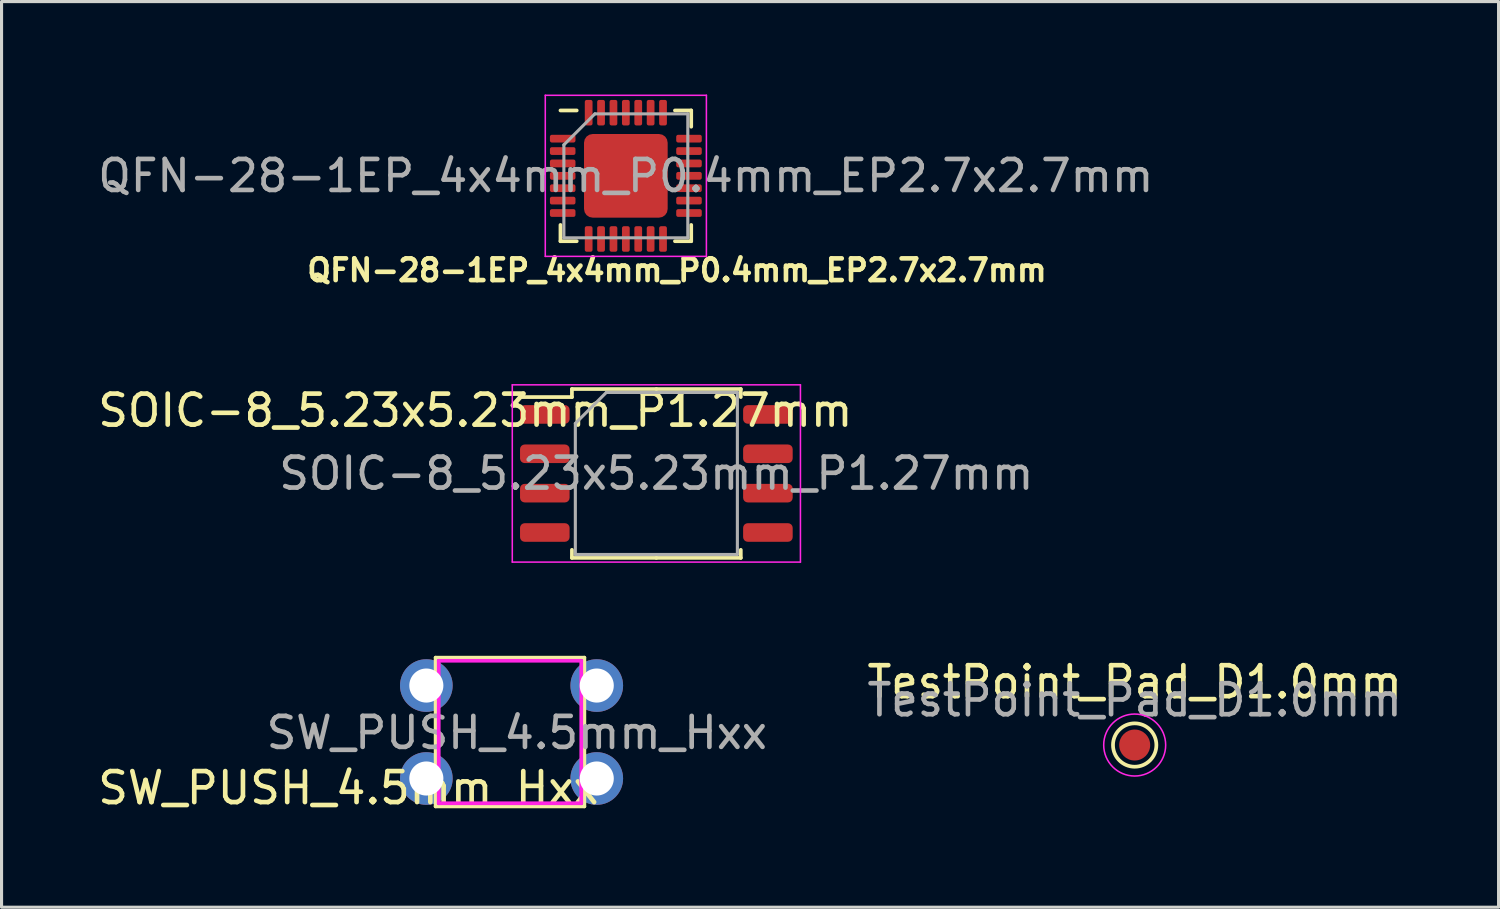
<source format=kicad_pcb>
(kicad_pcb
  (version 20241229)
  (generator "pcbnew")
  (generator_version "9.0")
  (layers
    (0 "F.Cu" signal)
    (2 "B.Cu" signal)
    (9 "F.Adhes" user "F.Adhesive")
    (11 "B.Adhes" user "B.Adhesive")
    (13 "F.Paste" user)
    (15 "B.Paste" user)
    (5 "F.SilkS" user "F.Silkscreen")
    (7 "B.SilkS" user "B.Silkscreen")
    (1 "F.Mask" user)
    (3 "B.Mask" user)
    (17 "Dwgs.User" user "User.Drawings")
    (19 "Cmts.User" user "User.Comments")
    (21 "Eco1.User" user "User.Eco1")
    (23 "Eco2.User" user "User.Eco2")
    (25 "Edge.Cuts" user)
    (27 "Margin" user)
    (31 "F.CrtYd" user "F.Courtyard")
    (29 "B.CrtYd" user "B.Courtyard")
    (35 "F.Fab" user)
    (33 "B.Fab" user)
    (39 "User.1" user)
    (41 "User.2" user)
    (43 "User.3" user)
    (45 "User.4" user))
  (footprint "QFN-28-1EP_4x4mm_P0.4mm_EP2.7x2.7mm"
    (layer "F.Cu")
    (at 17.149 2.625)
    (property "Reference" "QFN-28-1EP_4x4mm_P0.4mm_EP2.7x2.7mm" (at 1.651 3.048 0) (layer "F.SilkS") (effects (font (size 0.7 0.7) (thickness 0.15))))
    (attr smd)
    (fp_line (start -2.11 2.11) (end -2.11 1.585) (stroke (width 0.12) (type solid)) (layer "F.SilkS"))
    (fp_line (start -1.585 -2.11) (end -2.11 -2.11) (stroke (width 0.12) (type solid)) (layer "F.SilkS"))
    (fp_line (start -1.585 2.11) (end -2.11 2.11) (stroke (width 0.12) (type solid)) (layer "F.SilkS"))
    (fp_line (start 1.585 -2.11) (end 2.11 -2.11) (stroke (width 0.12) (type solid)) (layer "F.SilkS"))
    (fp_line (start 1.585 2.11) (end 2.11 2.11) (stroke (width 0.12) (type solid)) (layer "F.SilkS"))
    (fp_line (start 2.11 -2.11) (end 2.11 -1.585) (stroke (width 0.12) (type solid)) (layer "F.SilkS"))
    (fp_line (start 2.11 2.11) (end 2.11 1.585) (stroke (width 0.12) (type solid)) (layer "F.SilkS"))
    (fp_line (start -2.6 -2.6) (end -2.6 2.6) (stroke (width 0.05) (type solid)) (layer "F.CrtYd"))
    (fp_line (start -2.6 2.6) (end 2.6 2.6) (stroke (width 0.05) (type solid)) (layer "F.CrtYd"))
    (fp_line (start 2.6 -2.6) (end -2.6 -2.6) (stroke (width 0.05) (type solid)) (layer "F.CrtYd"))
    (fp_line (start 2.6 2.6) (end 2.6 -2.6) (stroke (width 0.05) (type solid)) (layer "F.CrtYd"))
    (fp_line (start -2 -1) (end -1 -2) (stroke (width 0.1) (type solid)) (layer "F.Fab"))
    (fp_line (start -2 2) (end -2 -1) (stroke (width 0.1) (type solid)) (layer "F.Fab"))
    (fp_line (start -1 -2) (end 2 -2) (stroke (width 0.1) (type solid)) (layer "F.Fab"))
    (fp_line (start 2 -2) (end 2 2) (stroke (width 0.1) (type solid)) (layer "F.Fab"))
    (fp_line (start 2 2) (end -2 2) (stroke (width 0.1) (type solid)) (layer "F.Fab"))
    (fp_text user "${REFERENCE}" (at 0 0 0) (layer "F.Fab") (effects (font (size 1 1) (thickness 0.15))))
    (pad "" smd roundrect (at -0.6 -0.6) (size 0.97 0.97) (layers "F.Paste") (roundrect_rratio 0.25))
    (pad "" smd roundrect (at -0.6 0.6) (size 0.97 0.97) (layers "F.Paste") (roundrect_rratio 0.25))
    (pad "" smd roundrect (at 0.6 -0.6) (size 0.97 0.97) (layers "F.Paste") (roundrect_rratio 0.25))
    (pad "" smd roundrect (at 0.6 0.6) (size 0.97 0.97) (layers "F.Paste") (roundrect_rratio 0.25))
    (pad "1" smd roundrect (at -2.038 -1.2) (size 0.825 0.25) (layers "F.Cu" "F.Mask" "F.Paste") (roundrect_rratio 0.25))
    (pad "2" smd roundrect (at -2.038 -0.8) (size 0.825 0.25) (layers "F.Cu" "F.Mask" "F.Paste") (roundrect_rratio 0.25))
    (pad "3" smd roundrect (at -2.038 -0.4) (size 0.825 0.25) (layers "F.Cu" "F.Mask" "F.Paste") (roundrect_rratio 0.25))
    (pad "4" smd roundrect (at -2.038 0) (size 0.825 0.25) (layers "F.Cu" "F.Mask" "F.Paste") (roundrect_rratio 0.25))
    (pad "5" smd roundrect (at -2.038 0.4) (size 0.825 0.25) (layers "F.Cu" "F.Mask" "F.Paste") (roundrect_rratio 0.25))
    (pad "6" smd roundrect (at -2.038 0.8) (size 0.825 0.25) (layers "F.Cu" "F.Mask" "F.Paste") (roundrect_rratio 0.25))
    (pad "7" smd roundrect (at -2.038 1.2) (size 0.825 0.25) (layers "F.Cu" "F.Mask" "F.Paste") (roundrect_rratio 0.25))
    (pad "8" smd roundrect (at -1.2 2.038) (size 0.25 0.825) (layers "F.Cu" "F.Mask" "F.Paste") (roundrect_rratio 0.25))
    (pad "9" smd roundrect (at -0.8 2.038) (size 0.25 0.825) (layers "F.Cu" "F.Mask" "F.Paste") (roundrect_rratio 0.25))
    (pad "10" smd roundrect (at -0.4 2.038) (size 0.25 0.825) (layers "F.Cu" "F.Mask" "F.Paste") (roundrect_rratio 0.25))
    (pad "11" smd roundrect (at 0 2.038) (size 0.25 0.825) (layers "F.Cu" "F.Mask" "F.Paste") (roundrect_rratio 0.25))
    (pad "12" smd roundrect (at 0.4 2.038) (size 0.25 0.825) (layers "F.Cu" "F.Mask" "F.Paste") (roundrect_rratio 0.25))
    (pad "13" smd roundrect (at 0.8 2.038) (size 0.25 0.825) (layers "F.Cu" "F.Mask" "F.Paste") (roundrect_rratio 0.25))
    (pad "14" smd roundrect (at 1.2 2.038) (size 0.25 0.825) (layers "F.Cu" "F.Mask" "F.Paste") (roundrect_rratio 0.25))
    (pad "15" smd roundrect (at 2.038 1.2) (size 0.825 0.25) (layers "F.Cu" "F.Mask" "F.Paste") (roundrect_rratio 0.25))
    (pad "16" smd roundrect (at 2.038 0.8) (size 0.825 0.25) (layers "F.Cu" "F.Mask" "F.Paste") (roundrect_rratio 0.25))
    (pad "17" smd roundrect (at 2.038 0.4) (size 0.825 0.25) (layers "F.Cu" "F.Mask" "F.Paste") (roundrect_rratio 0.25))
    (pad "18" smd roundrect (at 2.038 0) (size 0.825 0.25) (layers "F.Cu" "F.Mask" "F.Paste") (roundrect_rratio 0.25))
    (pad "19" smd roundrect (at 2.038 -0.4) (size 0.825 0.25) (layers "F.Cu" "F.Mask" "F.Paste") (roundrect_rratio 0.25))
    (pad "20" smd roundrect (at 2.038 -0.8) (size 0.825 0.25) (layers "F.Cu" "F.Mask" "F.Paste") (roundrect_rratio 0.25))
    (pad "21" smd roundrect (at 2.038 -1.2) (size 0.825 0.25) (layers "F.Cu" "F.Mask" "F.Paste") (roundrect_rratio 0.25))
    (pad "22" smd roundrect (at 1.2 -2.038) (size 0.25 0.825) (layers "F.Cu" "F.Mask" "F.Paste") (roundrect_rratio 0.25))
    (pad "23" smd roundrect (at 0.8 -2.038) (size 0.25 0.825) (layers "F.Cu" "F.Mask" "F.Paste") (roundrect_rratio 0.25))
    (pad "24" smd roundrect (at 0.4 -2.038) (size 0.25 0.825) (layers "F.Cu" "F.Mask" "F.Paste") (roundrect_rratio 0.25))
    (pad "25" smd roundrect (at 0 -2.038) (size 0.25 0.825) (layers "F.Cu" "F.Mask" "F.Paste") (roundrect_rratio 0.25))
    (pad "26" smd roundrect (at -0.4 -2.038) (size 0.25 0.825) (layers "F.Cu" "F.Mask" "F.Paste") (roundrect_rratio 0.25))
    (pad "27" smd roundrect (at -0.8 -2.038) (size 0.25 0.825) (layers "F.Cu" "F.Mask" "F.Paste") (roundrect_rratio 0.25))
    (pad "28" smd roundrect (at -1.2 -2.038) (size 0.25 0.825) (layers "F.Cu" "F.Mask" "F.Paste") (roundrect_rratio 0.25))
    (pad "29" smd roundrect (at 0 0) (size 2.7 2.7) (layers "F.Cu" "F.Mask") (roundrect_rratio 0.104)))
  (footprint "TestPoint_Pad_D1.0mm"
    (layer "F.Cu")
    (at 33.572 20.996)
    (property "Reference" "TestPoint_Pad_D1.0mm" (at 0 -2.032 180) (layer "F.SilkS") (effects (font (size 1 1) (thickness 0.15))))
    (attr exclude_from_pos_files exclude_from_bom)
    (fp_circle (center 0 0) (end 0 0.7) (stroke (width 0.12) (type solid)) (fill no) (layer "F.SilkS"))
    (fp_circle (center 0 0) (end 1 0) (stroke (width 0.05) (type solid)) (fill no) (layer "F.CrtYd"))
    (fp_text user "${REFERENCE}" (at 0 -1.45 0) (layer "F.Fab") (effects (font (size 1 1) (thickness 0.15))))
    (pad "1" smd circle (at 0 0) (size 1 1) (layers "F.Cu" "F.Mask")))
  (footprint "SOIC-8_5.23x5.23mm_P1.27mm"
    (layer "F.Cu")
    (at 18.134 12.231)
    (property "Reference" "SOIC-8_5.23x5.23mm_P1.27mm" (at -5.842 -2.032 180) (layer "F.SilkS") (effects (font (size 1 1) (thickness 0.15))))
    (attr smd)
    (fp_line (start -2.725 -2.725) (end -2.725 -2.465) (stroke (width 0.12) (type solid)) (layer "F.SilkS"))
    (fp_line (start -2.725 -2.465) (end -4.4 -2.465) (stroke (width 0.12) (type solid)) (layer "F.SilkS"))
    (fp_line (start -2.725 2.725) (end -2.725 2.465) (stroke (width 0.12) (type solid)) (layer "F.SilkS"))
    (fp_line (start 0 -2.725) (end -2.725 -2.725) (stroke (width 0.12) (type solid)) (layer "F.SilkS"))
    (fp_line (start 0 -2.725) (end 2.725 -2.725) (stroke (width 0.12) (type solid)) (layer "F.SilkS"))
    (fp_line (start 0 2.725) (end -2.725 2.725) (stroke (width 0.12) (type solid)) (layer "F.SilkS"))
    (fp_line (start 0 2.725) (end 2.725 2.725) (stroke (width 0.12) (type solid)) (layer "F.SilkS"))
    (fp_line (start 2.725 -2.725) (end 2.725 -2.465) (stroke (width 0.12) (type solid)) (layer "F.SilkS"))
    (fp_line (start 2.725 2.725) (end 2.725 2.465) (stroke (width 0.12) (type solid)) (layer "F.SilkS"))
    (fp_line (start -4.65 -2.86) (end -4.65 2.86) (stroke (width 0.05) (type solid)) (layer "F.CrtYd"))
    (fp_line (start -4.65 2.86) (end 4.65 2.86) (stroke (width 0.05) (type solid)) (layer "F.CrtYd"))
    (fp_line (start 4.65 -2.86) (end -4.65 -2.86) (stroke (width 0.05) (type solid)) (layer "F.CrtYd"))
    (fp_line (start 4.65 2.86) (end 4.65 -2.86) (stroke (width 0.05) (type solid)) (layer "F.CrtYd"))
    (fp_line (start -2.615 -1.615) (end -1.615 -2.615) (stroke (width 0.1) (type solid)) (layer "F.Fab"))
    (fp_line (start -2.615 2.615) (end -2.615 -1.615) (stroke (width 0.1) (type solid)) (layer "F.Fab"))
    (fp_line (start -1.615 -2.615) (end 2.615 -2.615) (stroke (width 0.1) (type solid)) (layer "F.Fab"))
    (fp_line (start 2.615 -2.615) (end 2.615 2.615) (stroke (width 0.1) (type solid)) (layer "F.Fab"))
    (fp_line (start 2.615 2.615) (end -2.615 2.615) (stroke (width 0.1) (type solid)) (layer "F.Fab"))
    (fp_text user "${REFERENCE}" (at 0 0 180) (layer "F.Fab") (effects (font (size 1 1) (thickness 0.15))))
    (pad "1" smd roundrect (at -3.6 -1.905) (size 1.6 0.6) (layers "F.Cu" "F.Mask" "F.Paste") (roundrect_rratio 0.25))
    (pad "2" smd roundrect (at -3.6 -0.635) (size 1.6 0.6) (layers "F.Cu" "F.Mask" "F.Paste") (roundrect_rratio 0.25))
    (pad "3" smd roundrect (at -3.6 0.635) (size 1.6 0.6) (layers "F.Cu" "F.Mask" "F.Paste") (roundrect_rratio 0.25))
    (pad "4" smd roundrect (at -3.6 1.905) (size 1.6 0.6) (layers "F.Cu" "F.Mask" "F.Paste") (roundrect_rratio 0.25))
    (pad "5" smd roundrect (at 3.6 1.905) (size 1.6 0.6) (layers "F.Cu" "F.Mask" "F.Paste") (roundrect_rratio 0.25))
    (pad "6" smd roundrect (at 3.6 0.635) (size 1.6 0.6) (layers "F.Cu" "F.Mask" "F.Paste") (roundrect_rratio 0.25))
    (pad "7" smd roundrect (at 3.6 -0.635) (size 1.6 0.6) (layers "F.Cu" "F.Mask" "F.Paste") (roundrect_rratio 0.25))
    (pad "8" smd roundrect (at 3.6 -1.905) (size 1.6 0.6) (layers "F.Cu" "F.Mask" "F.Paste") (roundrect_rratio 0.25)))
  (footprint "SW_PUSH_4.5mm_Hxx"
    (layer "F.Cu")
    (at 10.71 19.076)
    (property "Reference" "SW_PUSH_4.5mm_Hxx" (at -2.514 3.306 0) (layer "F.SilkS") (effects (font (size 1 1) (thickness 0.15))))
    (attr through_hole)
    (fp_line (start 0.3 -0.9) (end 0.3 3.9) (stroke (width 0.12) (type solid)) (layer "F.SilkS"))
    (fp_line (start 0.3 3.9) (end 5.1 3.9) (stroke (width 0.12) (type solid)) (layer "F.SilkS"))
    (fp_line (start 5.1 -0.9) (end 0.3 -0.9) (stroke (width 0.12) (type solid)) (layer "F.SilkS"))
    (fp_line (start 5.1 3.9) (end 5.1 -0.9) (stroke (width 0.12) (type solid)) (layer "F.SilkS"))
    (fp_line (start 0.4 -0.8) (end 0.4 3.8) (stroke (width 0.12) (type solid)) (layer "F.CrtYd"))
    (fp_line (start 0.4 3.8) (end 5 3.8) (stroke (width 0.12) (type solid)) (layer "F.CrtYd"))
    (fp_line (start 5 -0.8) (end 0.4 -0.8) (stroke (width 0.12) (type solid)) (layer "F.CrtYd"))
    (fp_line (start 5 3.8) (end 5 -0.8) (stroke (width 0.12) (type solid)) (layer "F.CrtYd"))
    (fp_text user "${REFERENCE}" (at 2.921 1.524 0) (layer "F.Fab") (effects (font (size 1 1) (thickness 0.15))))
    (pad "1" thru_hole circle (at 0 0 90) (size 1.7 1.7) (drill 1.1) (layers "*.Cu" "*.Mask"))
    (pad "1" thru_hole circle (at 5.5 0 90) (size 1.7 1.7) (drill 1.1) (layers "*.Cu" "*.Mask"))
    (pad "2" thru_hole circle (at 0 3 90) (size 1.7 1.7) (drill 1.1) (layers "*.Cu" "*.Mask"))
    (pad "2" thru_hole circle (at 5.5 3 90) (size 1.7 1.7) (drill 1.1) (layers "*.Cu" "*.Mask")))
  (gr_rect
    (start -3 -3)
    (end 45.316 26.23)
    (stroke (width 0.1) (type default))
    (fill no)
    (layer "Edge.Cuts")))
</source>
